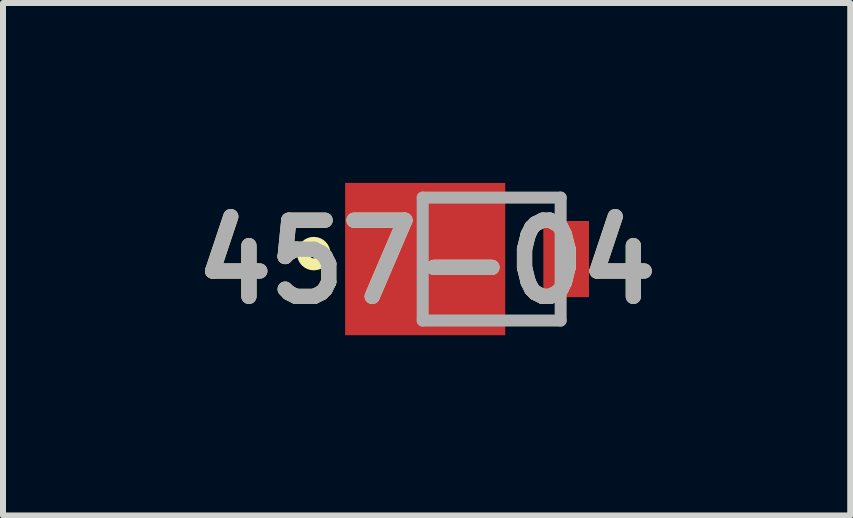
<source format=kicad_pcb>
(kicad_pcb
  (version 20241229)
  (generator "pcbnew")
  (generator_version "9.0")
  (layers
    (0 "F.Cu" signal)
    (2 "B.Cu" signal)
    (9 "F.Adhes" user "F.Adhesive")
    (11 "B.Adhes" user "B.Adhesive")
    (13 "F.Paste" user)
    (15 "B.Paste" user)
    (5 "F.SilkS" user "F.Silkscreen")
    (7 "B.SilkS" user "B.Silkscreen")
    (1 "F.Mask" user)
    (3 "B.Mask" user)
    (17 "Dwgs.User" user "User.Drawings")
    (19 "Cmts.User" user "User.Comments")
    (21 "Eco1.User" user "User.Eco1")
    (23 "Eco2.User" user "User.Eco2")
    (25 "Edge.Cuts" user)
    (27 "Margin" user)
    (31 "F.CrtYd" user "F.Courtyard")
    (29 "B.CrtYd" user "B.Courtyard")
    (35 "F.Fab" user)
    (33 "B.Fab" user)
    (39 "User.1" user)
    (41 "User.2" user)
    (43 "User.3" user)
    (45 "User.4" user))
  (footprint "457-04"
    (layer "F.Cu")
    (at 3.999 2.295)
    (property "Reference" "457-04" (at 0.065 -0.977 0) (layer "F.SilkS") (effects (font (size 1.27 1.27) (thickness 0.254))))
    (attr smd)
    (fp_circle (center -1.817 -1.116) (end -1.817 -1.037) (stroke (width 0.2) (type solid)) (fill no) (layer "F.SilkS"))
    (fp_line (start 0 -2.05) (end 2.3 -2.05) (stroke (width 0.2) (type solid)) (layer "F.Fab"))
    (fp_line (start 0 0) (end 0 -2.05) (stroke (width 0.2) (type solid)) (layer "F.Fab"))
    (fp_line (start 2.3 -2.05) (end 2.3 0) (stroke (width 0.2) (type solid)) (layer "F.Fab"))
    (fp_line (start 2.3 0) (end 0 0) (stroke (width 0.2) (type solid)) (layer "F.Fab"))
    (fp_text user "${REFERENCE}" (at 0.065 -0.977 0) (layer "F.Fab") (effects (font (size 1.27 1.27) (thickness 0.254))))
    (pad "1" smd rect (at 0.041 -1.025 90) (size 2.54 2.67) (layers "F.Cu" "F.Mask" "F.Paste"))
    (pad "2" smd rect (at 2.392 -1.025) (size 0.762 1.27) (layers "F.Cu" "F.Mask" "F.Paste")))
  (gr_rect
    (start -3 -3)
    (end 11.128 5.545)
    (stroke (width 0.1) (type default))
    (fill no)
    (layer "Edge.Cuts")))
</source>
